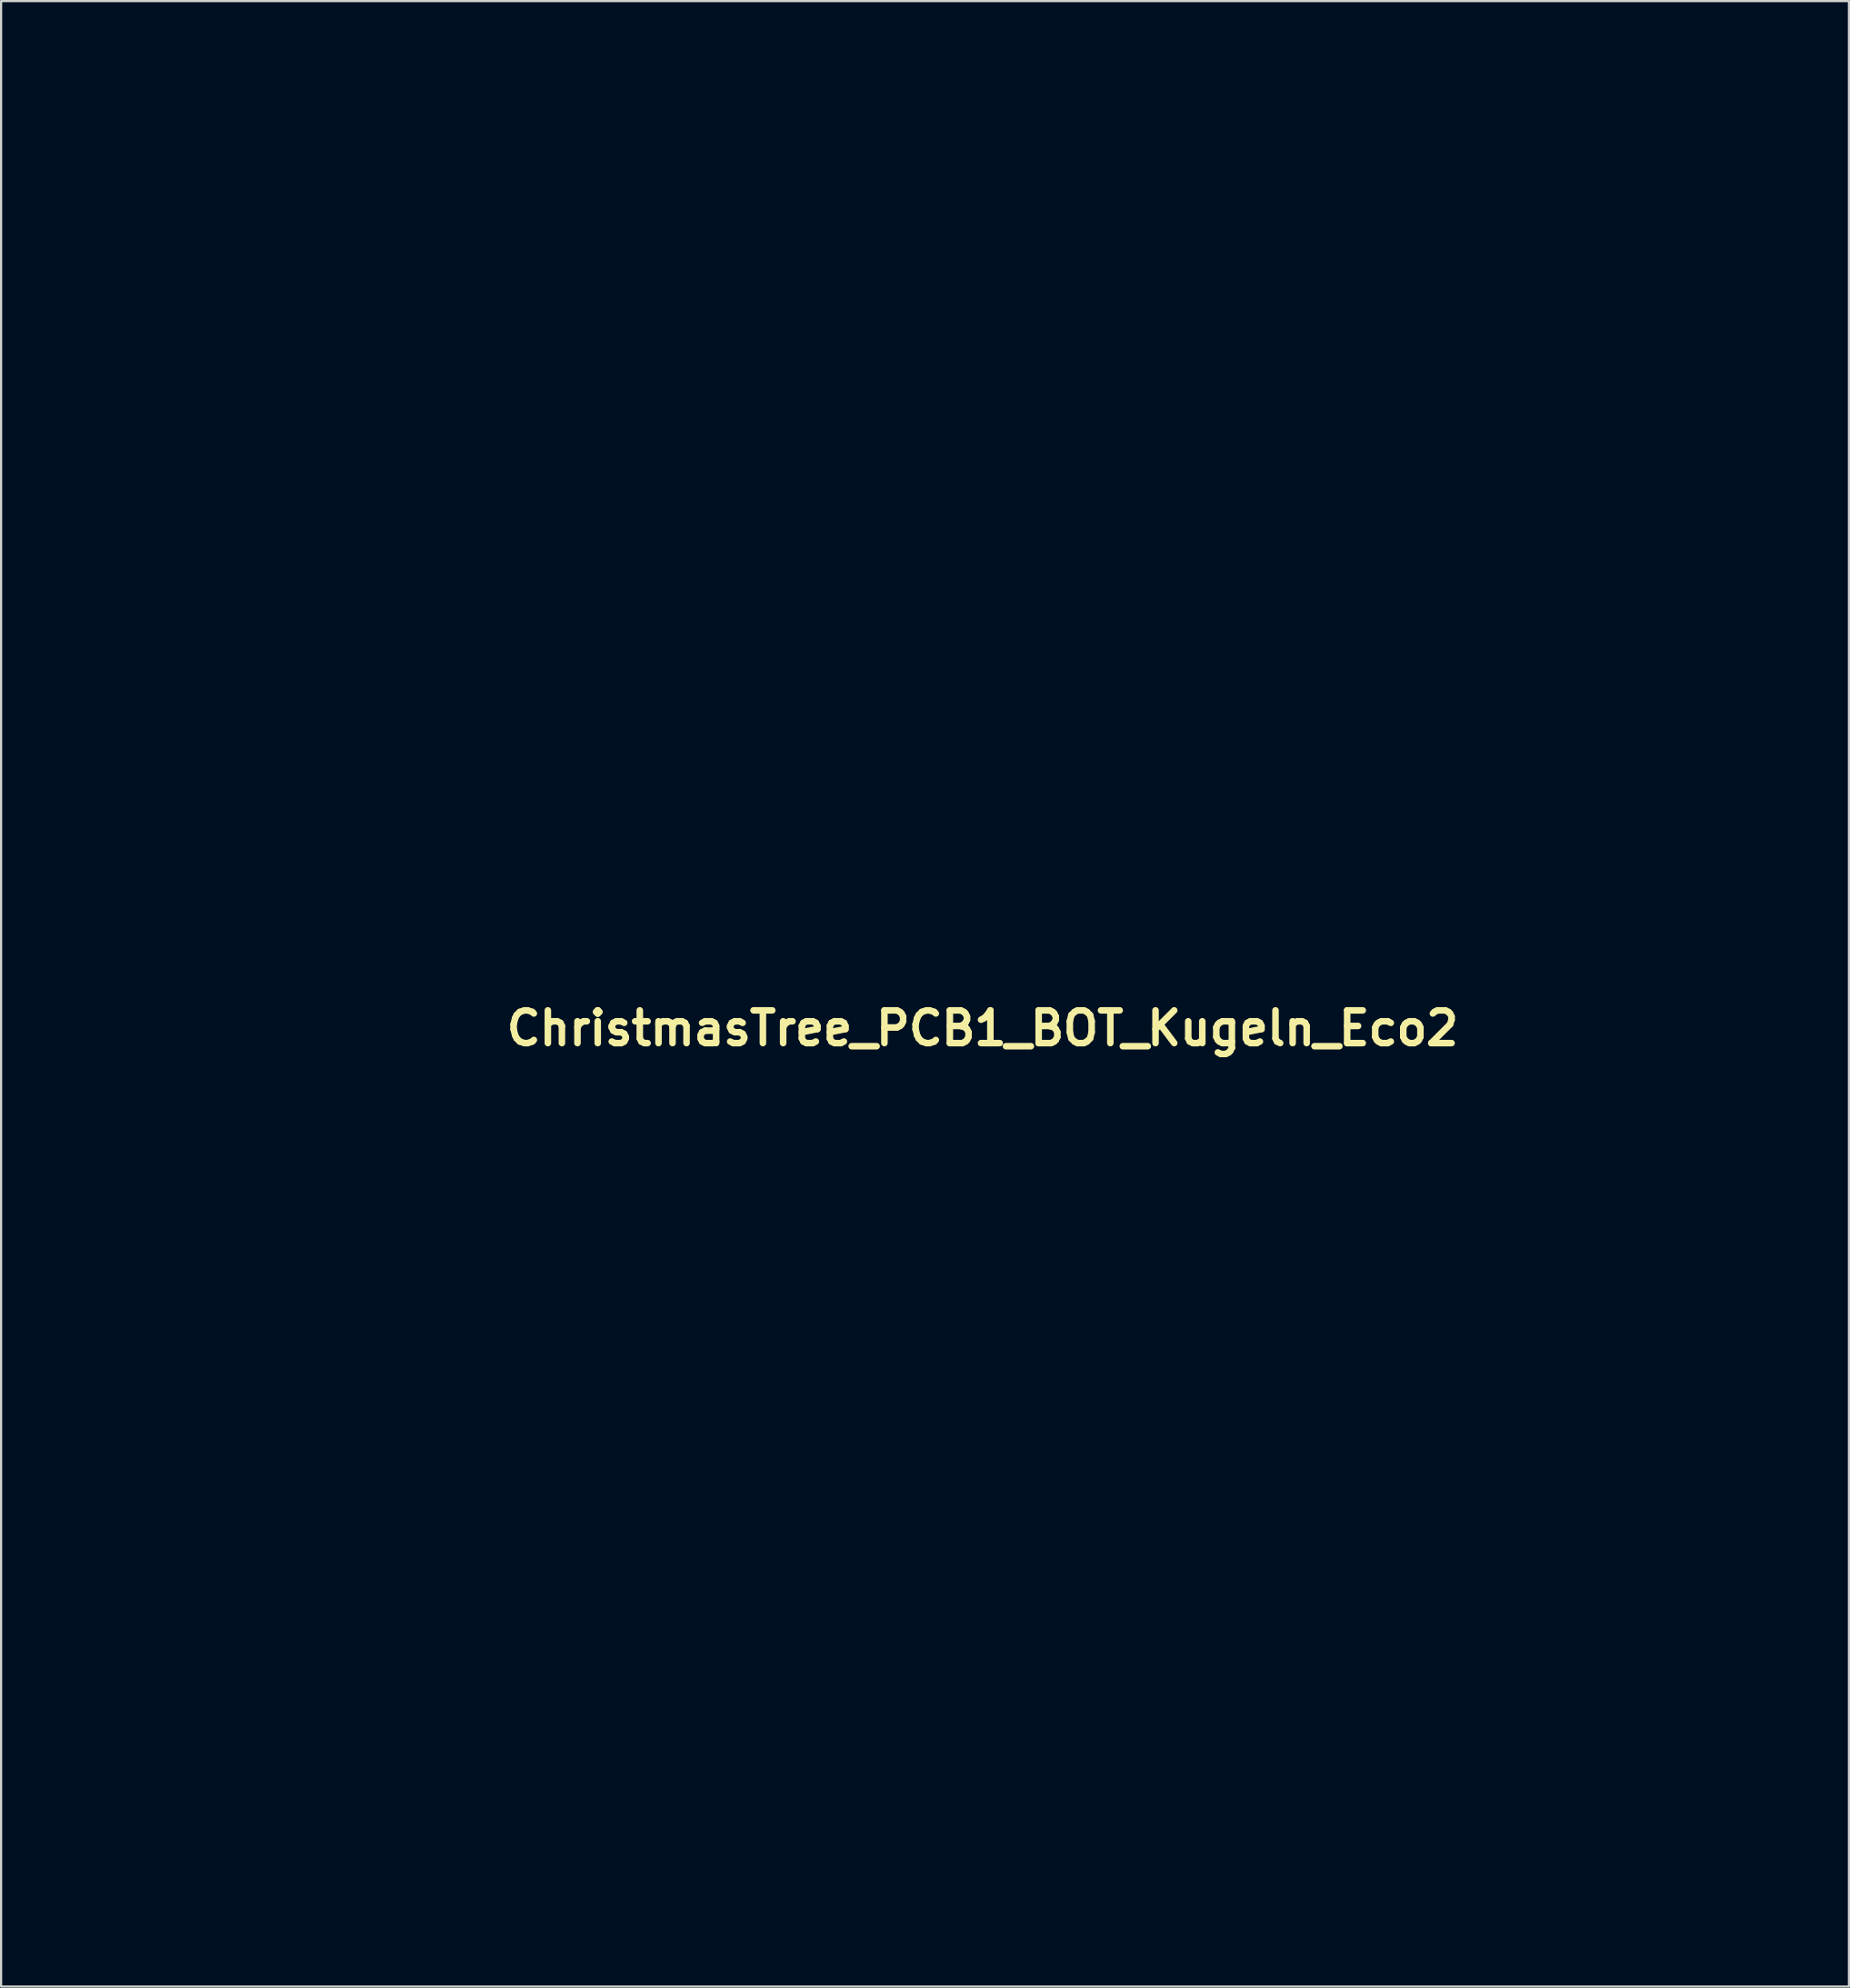
<source format=kicad_pcb>
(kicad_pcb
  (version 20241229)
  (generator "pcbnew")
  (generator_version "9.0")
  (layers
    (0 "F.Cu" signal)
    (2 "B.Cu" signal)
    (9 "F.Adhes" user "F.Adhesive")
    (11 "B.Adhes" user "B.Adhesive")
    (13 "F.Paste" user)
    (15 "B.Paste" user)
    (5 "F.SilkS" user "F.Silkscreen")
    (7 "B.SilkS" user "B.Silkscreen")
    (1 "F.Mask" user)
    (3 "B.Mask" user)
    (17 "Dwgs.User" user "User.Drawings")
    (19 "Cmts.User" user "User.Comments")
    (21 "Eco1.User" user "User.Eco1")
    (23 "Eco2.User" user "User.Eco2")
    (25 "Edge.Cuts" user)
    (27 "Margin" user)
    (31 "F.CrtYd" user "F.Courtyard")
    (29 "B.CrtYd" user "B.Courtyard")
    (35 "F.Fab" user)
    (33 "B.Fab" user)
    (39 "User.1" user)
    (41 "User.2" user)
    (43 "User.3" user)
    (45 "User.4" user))
  (footprint "ChristmasTree_PCB1_BOT_Kugeln_Eco2"
    (layer "F.Cu")
    (at 41.995 44.095)
    (property "Reference" "ChristmasTree_PCB1_BOT_Kugeln_Eco2" (at 0 0 0) (layer "F.SilkS") (effects (font (size 1.5 1.5) (thickness 0.3))))
    (attr board_only exclude_from_pos_files exclude_from_bom)
    (fp_poly (pts (xy -3.574 -34.483) (xy -3.44 -34.48) (xy -3.37 -34.477) (xy -2.97 -34.459) (xy -2.97 -34.357) (xy -2.97 -34.256) (xy -3.394 -34.256) (xy -3.818 -34.256) (xy -3.818 -34.36) (xy -3.812 -34.43) (xy -3.799 -34.474) (xy -3.794 -34.479) (xy -3.76 -34.483) (xy -3.684 -34.485)) (stroke (width 0) (type solid)) (fill yes) (layer "F.Mask"))
    (fp_poly (pts (xy -7.232 -38.625) (xy -7.092 -38.617) (xy -7.09 -38.233) (xy -7.09 -38.093) (xy -7.091 -37.972) (xy -7.094 -37.878) (xy -7.098 -37.824) (xy -7.099 -37.815) (xy -7.11 -37.796) (xy -7.133 -37.788) (xy -7.182 -37.789) (xy -7.269 -37.799) (xy -7.285 -37.801) (xy -7.371 -37.812) (xy -7.371 -38.222) (xy -7.371 -38.633)) (stroke (width 0) (type solid)) (fill yes) (layer "F.Mask"))
    (fp_poly (pts (xy 12.025 -6.457) (xy 12.204 -6.28) (xy 12.074 -6.147) (xy 11.953 -6.036) (xy 11.849 -5.968) (xy 11.753 -5.941) (xy 11.66 -5.951) (xy 11.639 -5.958) (xy 11.563 -6.005) (xy 11.505 -6.075) (xy 11.48 -6.148) (xy 11.48 -6.152) (xy 11.502 -6.23) (xy 11.561 -6.33) (xy 11.655 -6.445) (xy 11.74 -6.532) (xy 11.847 -6.634)) (stroke (width 0) (type solid)) (fill yes) (layer "F.Mask"))
    (fp_poly (pts (xy -10.799 -34.485) (xy -10.726 -34.482) (xy -10.682 -34.475) (xy -10.659 -34.463) (xy -10.648 -34.445) (xy -10.643 -34.427) (xy -10.63 -34.37) (xy -10.629 -34.329) (xy -10.647 -34.3) (xy -10.69 -34.282) (xy -10.765 -34.271) (xy -10.879 -34.265) (xy -11.038 -34.262) (xy -11.065 -34.261) (xy -11.483 -34.254) (xy -11.475 -34.368) (xy -11.467 -34.481) (xy -11.063 -34.485) (xy -10.908 -34.486)) (stroke (width 0) (type solid)) (fill yes) (layer "F.Mask"))
    (fp_poly (pts (xy 14.373 -10.276) (xy 14.419 -10.238) (xy 14.443 -10.163) (xy 14.45 -10.05) (xy 14.448 -9.983) (xy 14.437 -9.932) (xy 14.41 -9.883) (xy 14.36 -9.822) (xy 14.284 -9.742) (xy 14.118 -9.569) (xy 14.012 -9.683) (xy 13.94 -9.76) (xy 13.873 -9.834) (xy 13.842 -9.869) (xy 13.779 -9.941) (xy 13.882 -10.05) (xy 14.011 -10.165) (xy 14.139 -10.245) (xy 14.259 -10.284) (xy 14.299 -10.287)) (stroke (width 0) (type solid)) (fill yes) (layer "F.Mask"))
    (fp_poly (pts (xy 10.606 -7.853) (xy 10.678 -7.775) (xy 10.732 -7.709) (xy 10.762 -7.668) (xy 10.765 -7.66) (xy 10.746 -7.625) (xy 10.697 -7.569) (xy 10.63 -7.502) (xy 10.556 -7.435) (xy 10.487 -7.379) (xy 10.435 -7.345) (xy 10.429 -7.343) (xy 10.313 -7.319) (xy 10.216 -7.345) (xy 10.167 -7.383) (xy 10.122 -7.44) (xy 10.102 -7.492) (xy 10.102 -7.496) (xy 10.121 -7.576) (xy 10.173 -7.68) (xy 10.248 -7.793) (xy 10.327 -7.888) (xy 10.448 -8.02)) (stroke (width 0) (type solid)) (fill yes) (layer "F.Mask"))
    (fp_poly (pts (xy 15.064 -9.574) (xy 15.113 -9.507) (xy 15.137 -9.409) (xy 15.139 -9.369) (xy 15.134 -9.304) (xy 15.113 -9.245) (xy 15.07 -9.178) (xy 15.007 -9.099) (xy 14.938 -9.021) (xy 14.877 -8.96) (xy 14.835 -8.926) (xy 14.831 -8.924) (xy 14.792 -8.93) (xy 14.731 -8.972) (xy 14.643 -9.052) (xy 14.614 -9.08) (xy 14.442 -9.252) (xy 14.559 -9.358) (xy 14.658 -9.438) (xy 14.769 -9.509) (xy 14.877 -9.564) (xy 14.966 -9.594) (xy 14.997 -9.598)) (stroke (width 0) (type solid)) (fill yes) (layer "F.Mask"))
    (fp_poly (pts (xy -10.125 -37.419) (xy -10.072 -37.37) (xy -9.998 -37.3) (xy -9.912 -37.214) (xy -9.822 -37.123) (xy -9.735 -37.033) (xy -9.659 -36.953) (xy -9.603 -36.89) (xy -9.574 -36.854) (xy -9.571 -36.849) (xy -9.591 -36.812) (xy -9.635 -36.766) (xy -9.683 -36.73) (xy -9.708 -36.721) (xy -9.737 -36.739) (xy -9.796 -36.788) (xy -9.877 -36.862) (xy -9.974 -36.954) (xy -10.031 -37.01) (xy -10.323 -37.299) (xy -10.246 -37.367) (xy -10.192 -37.411) (xy -10.154 -37.435) (xy -10.15 -37.436)) (stroke (width 0) (type solid)) (fill yes) (layer "F.Mask"))
    (fp_poly (pts (xy 9.791 -8.679) (xy 9.846 -8.635) (xy 9.919 -8.569) (xy 9.962 -8.526) (xy 10.138 -8.351) (xy 10.034 -8.242) (xy 9.932 -8.153) (xy 9.823 -8.083) (xy 9.714 -8.035) (xy 9.616 -8.014) (xy 9.539 -8.021) (xy 9.492 -8.059) (xy 9.471 -8.118) (xy 9.453 -8.201) (xy 9.449 -8.228) (xy 9.443 -8.287) (xy 9.448 -8.332) (xy 9.47 -8.378) (xy 9.517 -8.437) (xy 9.587 -8.514) (xy 9.659 -8.592) (xy 9.719 -8.653) (xy 9.757 -8.688) (xy 9.764 -8.693)) (stroke (width 0) (type solid)) (fill yes) (layer "F.Mask"))
    (fp_poly (pts (xy 11.156 -7.3) (xy 11.212 -7.253) (xy 11.28 -7.188) (xy 11.349 -7.115) (xy 11.41 -7.044) (xy 11.454 -6.986) (xy 11.469 -6.951) (xy 11.468 -6.949) (xy 11.44 -6.918) (xy 11.382 -6.865) (xy 11.306 -6.799) (xy 11.291 -6.787) (xy 11.163 -6.697) (xy 11.051 -6.655) (xy 10.95 -6.66) (xy 10.876 -6.696) (xy 10.828 -6.756) (xy 10.823 -6.84) (xy 10.86 -6.951) (xy 10.874 -6.981) (xy 10.929 -7.079) (xy 10.989 -7.173) (xy 11.047 -7.251) (xy 11.095 -7.303) (xy 11.121 -7.318)) (stroke (width 0) (type solid)) (fill yes) (layer "F.Mask"))
    (fp_poly (pts (xy 12.961 -11.645) (xy 12.977 -11.64) (xy 13.061 -11.591) (xy 13.1 -11.518) (xy 13.094 -11.424) (xy 13.046 -11.312) (xy 12.954 -11.186) (xy 12.908 -11.135) (xy 12.833 -11.057) (xy 12.779 -11.012) (xy 12.733 -11.002) (xy 12.683 -11.025) (xy 12.616 -11.083) (xy 12.55 -11.147) (xy 12.465 -11.23) (xy 12.416 -11.285) (xy 12.397 -11.32) (xy 12.403 -11.341) (xy 12.411 -11.347) (xy 12.453 -11.377) (xy 12.52 -11.429) (xy 12.583 -11.479) (xy 12.704 -11.573) (xy 12.802 -11.629) (xy 12.884 -11.652)) (stroke (width 0) (type solid)) (fill yes) (layer "F.Mask"))
    (fp_poly (pts (xy 12.54 -5.919) (xy 12.59 -5.876) (xy 12.654 -5.814) (xy 12.723 -5.744) (xy 12.784 -5.677) (xy 12.829 -5.623) (xy 12.841 -5.605) (xy 12.845 -5.574) (xy 12.824 -5.533) (xy 12.771 -5.473) (xy 12.703 -5.405) (xy 12.602 -5.316) (xy 12.52 -5.265) (xy 12.446 -5.25) (xy 12.367 -5.268) (xy 12.304 -5.296) (xy 12.219 -5.35) (xy 12.18 -5.405) (xy 12.185 -5.476) (xy 12.214 -5.549) (xy 12.253 -5.616) (xy 12.31 -5.699) (xy 12.375 -5.785) (xy 12.438 -5.862) (xy 12.49 -5.915) (xy 12.514 -5.933)) (stroke (width 0) (type solid)) (fill yes) (layer "F.Mask"))
    (fp_poly (pts (xy 13.629 -10.963) (xy 13.663 -10.952) (xy 13.737 -10.9) (xy 13.769 -10.817) (xy 13.758 -10.71) (xy 13.75 -10.684) (xy 13.719 -10.617) (xy 13.668 -10.535) (xy 13.607 -10.448) (xy 13.546 -10.37) (xy 13.492 -10.313) (xy 13.456 -10.289) (xy 13.455 -10.289) (xy 13.424 -10.306) (xy 13.369 -10.353) (xy 13.301 -10.419) (xy 13.294 -10.426) (xy 13.204 -10.52) (xy 13.148 -10.585) (xy 13.126 -10.633) (xy 13.137 -10.674) (xy 13.181 -10.72) (xy 13.256 -10.782) (xy 13.277 -10.799) (xy 13.394 -10.889) (xy 13.485 -10.943) (xy 13.56 -10.967)) (stroke (width 0) (type solid)) (fill yes) (layer "F.Mask"))
    (fp_poly (pts (xy -4.246 -37.425) (xy -4.194 -37.387) (xy -4.174 -37.353) (xy -4.174 -37.324) (xy -4.192 -37.285) (xy -4.234 -37.23) (xy -4.305 -37.152) (xy -4.408 -37.046) (xy -4.431 -37.023) (xy -4.531 -36.925) (xy -4.621 -36.843) (xy -4.693 -36.783) (xy -4.739 -36.751) (xy -4.749 -36.748) (xy -4.793 -36.768) (xy -4.838 -36.817) (xy -4.866 -36.865) (xy -4.864 -36.898) (xy -4.829 -36.938) (xy -4.808 -36.958) (xy -4.758 -37.006) (xy -4.681 -37.079) (xy -4.588 -37.167) (xy -4.516 -37.236) (xy -4.415 -37.33) (xy -4.342 -37.389) (xy -4.292 -37.42) (xy -4.255 -37.427)) (stroke (width 0) (type solid)) (fill yes) (layer "F.Mask"))
    (fp_poly (pts (xy 15.721 -8.938) (xy 15.761 -8.879) (xy 15.799 -8.8) (xy 15.83 -8.715) (xy 15.846 -8.642) (xy 15.844 -8.605) (xy 15.82 -8.555) (xy 15.772 -8.484) (xy 15.708 -8.403) (xy 15.639 -8.321) (xy 15.574 -8.252) (xy 15.522 -8.206) (xy 15.497 -8.193) (xy 15.46 -8.213) (xy 15.418 -8.262) (xy 15.417 -8.263) (xy 15.373 -8.323) (xy 15.309 -8.4) (xy 15.264 -8.45) (xy 15.218 -8.499) (xy 15.19 -8.535) (xy 15.182 -8.566) (xy 15.2 -8.601) (xy 15.247 -8.646) (xy 15.326 -8.71) (xy 15.441 -8.799) (xy 15.534 -8.868) (xy 15.613 -8.923) (xy 15.669 -8.955) (xy 15.688 -8.962)) (stroke (width 0) (type solid)) (fill yes) (layer "F.Mask"))
    (fp_poly (pts (xy -7.278 -36.629) (xy -7.247 -36.604) (xy -7.238 -36.554) (xy -7.238 -36.552) (xy -7.246 -36.5) (xy -7.274 -36.453) (xy -7.33 -36.404) (xy -7.421 -36.345) (xy -7.503 -36.298) (xy -7.675 -36.196) (xy -7.805 -36.103) (xy -7.902 -36.009) (xy -7.974 -35.906) (xy -8.03 -35.783) (xy -8.059 -35.696) (xy -8.087 -35.611) (xy -8.112 -35.564) (xy -8.145 -35.543) (xy -8.199 -35.535) (xy -8.216 -35.533) (xy -8.298 -35.535) (xy -8.337 -35.557) (xy -8.341 -35.564) (xy -8.344 -35.61) (xy -8.338 -35.688) (xy -8.328 -35.752) (xy -8.261 -35.976) (xy -8.149 -36.174) (xy -7.998 -36.343) (xy -7.811 -36.478) (xy -7.592 -36.575) (xy -7.444 -36.614) (xy -7.34 -36.631)) (stroke (width 0) (type solid)) (fill yes) (layer "F.Mask"))
    (fp_poly (pts (xy -36.251 30.663) (xy -36.2 30.668) (xy -36.103 30.673) (xy -35.969 30.678) (xy -35.803 30.684) (xy -35.614 30.688) (xy -35.41 30.692) (xy -35.326 30.694) (xy -34.502 30.706) (xy -34.485 30.907) (xy -34.473 31.068) (xy -34.469 31.182) (xy -34.472 31.258) (xy -34.485 31.302) (xy -34.505 31.321) (xy -34.54 31.325) (xy -34.621 31.328) (xy -34.741 31.332) (xy -34.893 31.334) (xy -35.07 31.336) (xy -35.264 31.338) (xy -35.303 31.338) (xy -35.515 31.339) (xy -35.704 31.343) (xy -35.864 31.347) (xy -35.99 31.353) (xy -36.075 31.359) (xy -36.113 31.366) (xy -36.172 31.384) (xy -36.25 31.392) (xy -36.256 31.392) (xy -36.35 31.392) (xy -36.35 31.018) (xy -36.35 30.644)) (stroke (width 0) (type solid)) (fill yes) (layer "F.Mask"))
    (fp_poly (pts (xy 11.923 -11.542) (xy 11.978 -11.488) (xy 12.066 -11.402) (xy 12.184 -11.286) (xy 12.329 -11.142) (xy 12.5 -10.974) (xy 12.692 -10.782) (xy 12.905 -10.571) (xy 13.135 -10.342) (xy 13.38 -10.097) (xy 13.637 -9.841) (xy 13.834 -9.644) (xy 15.75 -7.727) (xy 15.146 -7.118) (xy 14.96 -6.931) (xy 14.751 -6.721) (xy 14.531 -6.5) (xy 14.312 -6.282) (xy 14.108 -6.078) (xy 13.954 -5.924) (xy 13.365 -5.339) (xy 11.442 -7.264) (xy 9.52 -9.188) (xy 9.924 -9.592) (xy 10.045 -9.711) (xy 10.156 -9.816) (xy 10.25 -9.902) (xy 10.321 -9.963) (xy 10.364 -9.993) (xy 10.371 -9.996) (xy 10.422 -9.986) (xy 10.494 -9.962) (xy 10.509 -9.956) (xy 10.596 -9.931) (xy 10.699 -9.917) (xy 10.733 -9.916) (xy 10.87 -9.941) (xy 10.991 -10.009) (xy 11.089 -10.11) (xy 11.155 -10.236) (xy 11.183 -10.378) (xy 11.18 -10.447) (xy 11.162 -10.54) (xy 11.134 -10.62) (xy 11.121 -10.643) (xy 11.093 -10.699) (xy 11.087 -10.737) (xy 11.107 -10.763) (xy 11.159 -10.819) (xy 11.234 -10.899) (xy 11.327 -10.995) (xy 11.43 -11.1) (xy 11.537 -11.208) (xy 11.642 -11.313) (xy 11.737 -11.407) (xy 11.816 -11.484) (xy 11.873 -11.537) (xy 11.901 -11.56) (xy 11.902 -11.56)) (stroke (width 0) (type solid)) (fill yes) (layer "F.Mask"))
    (fp_poly (pts (xy 29.879 18.163) (xy 29.977 18.27) (xy 30.69 18.269) (xy 30.88 18.267) (xy 31.053 18.265) (xy 31.201 18.261) (xy 31.317 18.256) (xy 31.395 18.25) (xy 31.427 18.243) (xy 31.427 18.243) (xy 31.457 18.202) (xy 31.482 18.159) (xy 31.53 18.104) (xy 31.578 18.079) (xy 31.615 18.076) (xy 31.701 18.073) (xy 31.831 18.07) (xy 31.999 18.067) (xy 32.202 18.065) (xy 32.434 18.062) (xy 32.69 18.061) (xy 32.967 18.059) (xy 33.259 18.058) (xy 33.309 18.058) (xy 33.656 18.058) (xy 33.955 18.058) (xy 34.207 18.059) (xy 34.417 18.06) (xy 34.588 18.062) (xy 34.723 18.065) (xy 34.826 18.068) (xy 34.9 18.073) (xy 34.95 18.078) (xy 34.977 18.084) (xy 34.987 18.091) (xy 34.985 18.144) (xy 34.957 18.223) (xy 34.911 18.312) (xy 34.855 18.395) (xy 34.814 18.44) (xy 34.729 18.52) (xy 30.692 18.527) (xy 26.654 18.533) (xy 26.583 18.477) (xy 26.529 18.422) (xy 26.469 18.34) (xy 26.414 18.249) (xy 26.372 18.165) (xy 26.355 18.104) (xy 26.355 18.102) (xy 26.357 18.093) (xy 26.367 18.085) (xy 26.387 18.078) (xy 26.423 18.072) (xy 26.477 18.068) (xy 26.553 18.064) (xy 26.656 18.061) (xy 26.789 18.059) (xy 26.955 18.058) (xy 27.159 18.057) (xy 27.404 18.056) (xy 27.695 18.056) (xy 28.034 18.056) (xy 28.068 18.056) (xy 29.781 18.056)) (stroke (width 0) (type solid)) (fill yes) (layer "F.Mask"))
    (fp_poly (pts (xy 32.091 13.071) (xy 32.462 13.072) (xy 32.79 13.072) (xy 33.079 13.073) (xy 33.332 13.075) (xy 33.549 13.077) (xy 33.736 13.08) (xy 33.893 13.083) (xy 34.025 13.088) (xy 34.132 13.093) (xy 34.219 13.1) (xy 34.288 13.108) (xy 34.341 13.117) (xy 34.382 13.128) (xy 34.412 13.14) (xy 34.435 13.154) (xy 34.453 13.17) (xy 34.469 13.187) (xy 34.486 13.206) (xy 34.494 13.216) (xy 34.56 13.288) (xy 34.56 15.599) (xy 34.56 17.91) (xy 30.669 17.917) (xy 26.778 17.923) (xy 26.781 16.864) (xy 27.08 16.864) (xy 27.081 17.072) (xy 27.082 17.249) (xy 27.083 17.391) (xy 27.086 17.492) (xy 27.089 17.547) (xy 27.089 17.549) (xy 27.104 17.658) (xy 29.334 17.665) (xy 29.806 17.666) (xy 30.27 17.667) (xy 30.722 17.667) (xy 31.16 17.667) (xy 31.581 17.667) (xy 31.982 17.667) (xy 32.36 17.666) (xy 32.711 17.664) (xy 33.033 17.663) (xy 33.324 17.661) (xy 33.579 17.659) (xy 33.796 17.657) (xy 33.972 17.654) (xy 34.103 17.651) (xy 34.188 17.648) (xy 34.222 17.645) (xy 34.229 17.633) (xy 34.234 17.598) (xy 34.239 17.539) (xy 34.243 17.452) (xy 34.246 17.334) (xy 34.249 17.183) (xy 34.251 16.995) (xy 34.253 16.768) (xy 34.254 16.499) (xy 34.255 16.185) (xy 34.255 15.823) (xy 34.256 15.499) (xy 34.256 13.365) (xy 34.169 13.349) (xy 34.127 13.347) (xy 34.037 13.344) (xy 33.903 13.342) (xy 33.727 13.34) (xy 33.515 13.339) (xy 33.269 13.338) (xy 32.994 13.338) (xy 32.694 13.337) (xy 32.372 13.337) (xy 32.031 13.338) (xy 31.677 13.338) (xy 31.311 13.339) (xy 30.94 13.34) (xy 30.565 13.341) (xy 30.191 13.343) (xy 29.822 13.345) (xy 29.461 13.347) (xy 29.112 13.349) (xy 28.78 13.351) (xy 28.467 13.354) (xy 28.177 13.356) (xy 27.915 13.359) (xy 27.684 13.362) (xy 27.488 13.365) (xy 27.33 13.367) (xy 27.215 13.371) (xy 27.146 13.374) (xy 27.127 13.376) (xy 27.123 13.406) (xy 27.119 13.484) (xy 27.115 13.605) (xy 27.111 13.764) (xy 27.107 13.957) (xy 27.103 14.178) (xy 27.099 14.422) (xy 27.096 14.685) (xy 27.093 14.961) (xy 27.09 15.247) (xy 27.087 15.536) (xy 27.085 15.823) (xy 27.083 16.105) (xy 27.082 16.376) (xy 27.081 16.63) (xy 27.08 16.864) (xy 26.781 16.864) (xy 26.785 15.605) (xy 26.792 13.287) (xy 26.87 13.205) (xy 26.944 13.145) (xy 27.028 13.102) (xy 27.042 13.098) (xy 27.084 13.094) (xy 27.177 13.09) (xy 27.321 13.087) (xy 27.514 13.083) (xy 27.756 13.081) (xy 28.044 13.078) (xy 28.379 13.076) (xy 28.758 13.075) (xy 29.181 13.073) (xy 29.647 13.072) (xy 30.153 13.072) (xy 30.697 13.071) (xy 31.211 13.071) (xy 31.675 13.071)) (stroke (width 0) (type solid)) (fill yes) (layer "F.Mask"))
    (fp_poly (pts (xy -7.083 -37.061) (xy -6.924 -37.046) (xy -6.907 -37.043) (xy -6.674 -36.974) (xy -6.447 -36.86) (xy -6.234 -36.706) (xy -6.044 -36.519) (xy -5.885 -36.306) (xy -5.817 -36.185) (xy -5.786 -36.124) (xy -5.761 -36.065) (xy -5.739 -36.005) (xy -5.722 -35.938) (xy -5.708 -35.859) (xy -5.697 -35.764) (xy -5.689 -35.647) (xy -5.682 -35.504) (xy -5.678 -35.329) (xy -5.675 -35.117) (xy -5.673 -34.864) (xy -5.671 -34.565) (xy -5.671 -34.455) (xy -5.669 -34.196) (xy -5.668 -33.953) (xy -5.665 -33.731) (xy -5.663 -33.536) (xy -5.66 -33.372) (xy -5.657 -33.245) (xy -5.653 -33.159) (xy -5.65 -33.121) (xy -5.65 -33.12) (xy -5.618 -33.095) (xy -5.555 -33.059) (xy -5.511 -33.037) (xy -5.382 -32.955) (xy -5.294 -32.844) (xy -5.243 -32.701) (xy -5.228 -32.574) (xy -5.229 -32.396) (xy -5.257 -32.256) (xy -5.312 -32.146) (xy -5.363 -32.088) (xy -5.421 -32.041) (xy -5.493 -32.005) (xy -5.585 -31.979) (xy -5.704 -31.963) (xy -5.859 -31.953) (xy -6.058 -31.949) (xy -6.128 -31.949) (xy -6.522 -31.949) (xy -6.529 -31.028) (xy -6.53 -30.78) (xy -6.532 -30.579) (xy -6.534 -30.422) (xy -6.539 -30.303) (xy -6.546 -30.217) (xy -6.556 -30.158) (xy -6.571 -30.123) (xy -6.592 -30.106) (xy -6.62 -30.101) (xy -6.654 -30.105) (xy -6.698 -30.111) (xy -6.701 -30.112) (xy -6.787 -30.123) (xy -6.793 -30.685) (xy -6.795 -30.87) (xy -6.797 -31.055) (xy -6.799 -31.227) (xy -6.8 -31.372) (xy -6.801 -31.478) (xy -6.802 -31.485) (xy -6.803 -31.607) (xy -6.806 -31.723) (xy -6.808 -31.812) (xy -6.809 -31.831) (xy -6.814 -31.938) (xy -7.019 -31.935) (xy -7.154 -31.933) (xy -7.308 -31.931) (xy -7.444 -31.928) (xy -7.662 -31.922) (xy -7.662 -31.299) (xy -7.662 -30.676) (xy -7.795 -30.676) (xy -7.928 -30.676) (xy -7.928 -31.31) (xy -7.928 -31.944) (xy -8.425 -31.953) (xy -8.626 -31.958) (xy -8.781 -31.966) (xy -8.899 -31.98) (xy -8.985 -32.002) (xy -9.049 -32.033) (xy -9.096 -32.076) (xy -9.135 -32.134) (xy -9.152 -32.165) (xy -9.18 -32.252) (xy -9.198 -32.374) (xy -9.205 -32.512) (xy -9.2 -32.628) (xy -8.94 -32.628) (xy -8.938 -32.579) (xy -8.935 -32.522) (xy -8.935 -32.501) (xy -8.932 -32.383) (xy -8.922 -32.308) (xy -8.902 -32.264) (xy -8.868 -32.24) (xy -8.856 -32.235) (xy -8.821 -32.232) (xy -8.739 -32.23) (xy -8.616 -32.229) (xy -8.457 -32.228) (xy -8.268 -32.228) (xy -8.054 -32.229) (xy -7.821 -32.23) (xy -7.575 -32.231) (xy -7.321 -32.233) (xy -7.064 -32.236) (xy -6.81 -32.238) (xy -6.565 -32.241) (xy -6.335 -32.245) (xy -6.124 -32.248) (xy -5.938 -32.252) (xy -5.784 -32.255) (xy -5.665 -32.259) (xy -5.589 -32.262) (xy -5.56 -32.266) (xy -5.551 -32.299) (xy -5.542 -32.372) (xy -5.537 -32.472) (xy -5.536 -32.517) (xy -5.537 -32.64) (xy -5.544 -32.718) (xy -5.559 -32.761) (xy -5.57 -32.773) (xy -5.603 -32.777) (xy -5.684 -32.781) (xy -5.81 -32.785) (xy -5.975 -32.788) (xy -6.175 -32.791) (xy -6.407 -32.793) (xy -6.665 -32.795) (xy -6.944 -32.796) (xy -7.242 -32.797) (xy -7.244 -32.797) (xy -7.587 -32.797) (xy -7.88 -32.798) (xy -8.128 -32.798) (xy -8.335 -32.797) (xy -8.503 -32.794) (xy -8.638 -32.789) (xy -8.742 -32.781) (xy -8.819 -32.768) (xy -8.874 -32.752) (xy -8.91 -32.73) (xy -8.93 -32.703) (xy -8.939 -32.669) (xy -8.94 -32.628) (xy -9.2 -32.628) (xy -9.2 -32.65) (xy -9.183 -32.768) (xy -9.165 -32.831) (xy -9.104 -32.924) (xy -9.008 -33.012) (xy -8.897 -33.078) (xy -8.878 -33.085) (xy -8.874 -33.087) (xy -8.511 -33.087) (xy -8.226 -33.095) (xy -7.941 -33.102) (xy -7.928 -33.712) (xy -7.926 -33.78) (xy -7.645 -33.78) (xy -7.644 -33.599) (xy -7.642 -33.45) (xy -7.64 -33.317) (xy -7.639 -33.212) (xy -7.638 -33.143) (xy -7.637 -33.122) (xy -7.622 -33.107) (xy -7.573 -33.097) (xy -7.484 -33.091) (xy -7.35 -33.089) (xy -7.308 -33.089) (xy -7.173 -33.09) (xy -7.05 -33.094) (xy -6.953 -33.099) (xy -6.897 -33.106) (xy -6.814 -33.122) (xy -6.814 -33.594) (xy -6.815 -33.774) (xy -6.82 -33.917) (xy -6.827 -34.019) (xy -6.836 -34.075) (xy -6.841 -34.084) (xy -6.891 -34.088) (xy -6.967 -34.066) (xy -7.053 -34.025) (xy -7.133 -33.971) (xy -7.144 -33.961) (xy -7.254 -33.875) (xy -7.34 -33.831) (xy -7.41 -33.831) (xy -7.472 -33.874) (xy -7.526 -33.95) (xy -7.567 -34.013) (xy -7.597 -34.045) (xy -7.62 -34.04) (xy -7.634 -33.997) (xy -7.642 -33.912) (xy -7.645 -33.78) (xy -7.926 -33.78) (xy -7.914 -34.321) (xy -7.835 -34.338) (xy -7.762 -34.349) (xy -7.664 -34.356) (xy -7.604 -34.358) (xy -7.517 -34.358) (xy -7.465 -34.348) (xy -7.432 -34.321) (xy -7.406 -34.282) (xy -7.37 -34.229) (xy -7.342 -34.203) (xy -7.339 -34.203) (xy -7.309 -34.219) (xy -7.256 -34.259) (xy -7.229 -34.282) (xy -7.186 -34.318) (xy -7.147 -34.341) (xy -7.098 -34.354) (xy -7.027 -34.36) (xy -6.922 -34.362) (xy -6.86 -34.362) (xy -6.718 -34.359) (xy -6.622 -34.351) (xy -6.568 -34.337) (xy -6.553 -34.326) (xy -6.542 -34.286) (xy -6.532 -34.195) (xy -6.525 -34.055) (xy -6.519 -33.868) (xy -6.516 -33.697) (xy -6.509 -33.102) (xy -6.237 -33.095) (xy -5.966 -33.087) (xy -5.966 -34.382) (xy -5.966 -34.697) (xy -5.966 -34.964) (xy -5.968 -35.188) (xy -5.972 -35.375) (xy -5.977 -35.528) (xy -5.985 -35.654) (xy -5.995 -35.757) (xy -6.01 -35.842) (xy -6.028 -35.914) (xy -6.05 -35.979) (xy -6.077 -36.041) (xy -6.11 -36.105) (xy -6.129 -36.142) (xy -6.262 -36.338) (xy -6.43 -36.5) (xy -6.626 -36.626) (xy -6.842 -36.715) (xy -7.072 -36.764) (xy -7.308 -36.772) (xy -7.544 -36.737) (xy -7.773 -36.659) (xy -7.951 -36.56) (xy -8.049 -36.487) (xy -8.143 -36.404) (xy -8.206 -36.339) (xy -8.308 -36.187) (xy -8.395 -36.004) (xy -8.459 -35.813) (xy -8.484 -35.694) (xy -8.489 -35.631) (xy -8.494 -35.52) (xy -8.499 -35.369) (xy -8.503 -35.185) (xy -8.506 -34.972) (xy -8.508 -34.738) (xy -8.51 -34.489) (xy -8.51 -34.301) (xy -8.511 -33.087) (xy -8.874 -33.087) (xy -8.808 -33.112) (xy -8.795 -34.433) (xy -8.791 -34.741) (xy -8.786 -35.021) (xy -8.781 -35.269) (xy -8.775 -35.481) (xy -8.769 -35.654) (xy -8.762 -35.783) (xy -8.755 -35.865) (xy -8.752 -35.886) (xy -8.7 -36.05) (xy -8.618 -36.227) (xy -8.515 -36.399) (xy -8.406 -36.541) (xy -8.249 -36.69) (xy -8.06 -36.828) (xy -7.862 -36.94) (xy -7.755 -36.986) (xy -7.619 -37.023) (xy -7.449 -37.048) (xy -7.264 -37.062)) (stroke (width 0) (type solid)) (fill yes) (layer "F.Mask"))
    (fp_poly (pts (xy -36.462 32.031) (xy -36.454 32.153) (xy -36.093 32.17) (xy -35.916 32.177) (xy -35.716 32.183) (xy -35.521 32.187) (xy -35.385 32.188) (xy -35.239 32.189) (xy -35.099 32.193) (xy -34.98 32.198) (xy -34.898 32.205) (xy -34.897 32.205) (xy -34.757 32.222) (xy -34.765 32.503) (xy -34.773 32.784) (xy -35.614 32.782) (xy -36.456 32.78) (xy -36.456 32.996) (xy -36.456 33.213) (xy -35.787 33.245) (xy -35.593 33.254) (xy -35.406 33.263) (xy -35.237 33.27) (xy -35.095 33.276) (xy -34.99 33.281) (xy -34.945 33.282) (xy -34.773 33.288) (xy -34.773 33.566) (xy -34.773 33.845) (xy -35.614 33.852) (xy -36.456 33.859) (xy -36.456 34.085) (xy -36.456 34.312) (xy -36.277 34.312) (xy -36.2 34.312) (xy -36.08 34.314) (xy -35.926 34.317) (xy -35.749 34.322) (xy -35.559 34.326) (xy -35.435 34.33) (xy -34.773 34.348) (xy -34.765 34.611) (xy -34.764 34.747) (xy -34.77 34.845) (xy -34.782 34.898) (xy -34.786 34.903) (xy -34.821 34.912) (xy -34.905 34.92) (xy -35.04 34.926) (xy -35.225 34.93) (xy -35.462 34.932) (xy -35.629 34.933) (xy -36.443 34.934) (xy -36.451 35.153) (xy -36.458 35.372) (xy -36.252 35.37) (xy -36.165 35.371) (xy -36.036 35.373) (xy -35.875 35.376) (xy -35.694 35.381) (xy -35.502 35.386) (xy -35.409 35.389) (xy -34.773 35.409) (xy -34.773 35.701) (xy -34.773 35.992) (xy -35.608 36.005) (xy -36.443 36.019) (xy -36.451 36.297) (xy -36.453 36.423) (xy -36.451 36.538) (xy -36.447 36.627) (xy -36.443 36.662) (xy -36.427 36.748) (xy -36.223 36.748) (xy -36.039 36.736) (xy -35.841 36.702) (xy -35.651 36.653) (xy -35.485 36.591) (xy -35.432 36.565) (xy -35.294 36.49) (xy -35.202 36.583) (xy -35.109 36.676) (xy -34.91 36.513) (xy -34.734 36.355) (xy -34.592 36.194) (xy -34.472 36.013) (xy -34.369 35.812) (xy -34.335 35.735) (xy -34.305 35.656) (xy -34.278 35.57) (xy -34.253 35.468) (xy -34.227 35.345) (xy -34.201 35.195) (xy -34.171 35.009) (xy -34.137 34.783) (xy -34.109 34.587) (xy -34.019 33.969) (xy -33.935 33.398) (xy -33.856 32.869) (xy -33.841 32.775) (xy -33.828 32.716) (xy -33.803 32.697) (xy -33.77 32.704) (xy -33.714 32.715) (xy -33.625 32.727) (xy -33.533 32.736) (xy -33.412 32.753) (xy -33.339 32.779) (xy -33.312 32.818) (xy -33.325 32.871) (xy -33.326 32.873) (xy -33.356 32.965) (xy -33.336 33.039) (xy -33.267 33.094) (xy -33.261 33.097) (xy -33.201 33.132) (xy -33.174 33.173) (xy -33.168 33.244) (xy -33.168 33.249) (xy -33.185 33.339) (xy -33.229 33.419) (xy -33.289 33.472) (xy -33.338 33.487) (xy -33.393 33.508) (xy -33.441 33.557) (xy -33.46 33.608) (xy -33.439 33.643) (xy -33.386 33.69) (xy -33.351 33.714) (xy -33.286 33.758) (xy -33.257 33.794) (xy -33.253 33.842) (xy -33.259 33.892) (xy -33.278 33.976) (xy -33.308 34.033) (xy -33.363 34.077) (xy -33.45 34.122) (xy -33.533 34.174) (xy -33.563 34.227) (xy -33.541 34.281) (xy -33.465 34.337) (xy -33.447 34.347) (xy -33.38 34.387) (xy -33.351 34.424) (xy -33.348 34.475) (xy -33.349 34.481) (xy -33.375 34.607) (xy -33.423 34.689) (xy -33.483 34.721) (xy -33.542 34.736) (xy -33.584 34.757) (xy -33.614 34.793) (xy -33.636 34.854) (xy -33.654 34.948) (xy -33.674 35.085) (xy -33.677 35.107) (xy -33.713 35.344) (xy -33.75 35.539) (xy -33.792 35.706) (xy -33.842 35.856) (xy -33.904 36) (xy -33.912 36.019) (xy -34.04 36.263) (xy -34.175 36.472) (xy -34.329 36.66) (xy -34.449 36.783) (xy -34.663 36.99) (xy -34.62 37.074) (xy -34.577 37.172) (xy -34.563 37.247) (xy -34.577 37.319) (xy -34.607 37.384) (xy -34.689 37.505) (xy -34.79 37.581) (xy -34.898 37.613) (xy -35.017 37.618) (xy -35.118 37.586) (xy -35.215 37.512) (xy -35.249 37.477) (xy -35.356 37.361) (xy -35.49 37.396) (xy -35.597 37.419) (xy -35.735 37.441) (xy -35.889 37.46) (xy -36.042 37.475) (xy -36.182 37.484) (xy -36.293 37.486) (xy -36.337 37.484) (xy -36.456 37.47) (xy -36.461 37.712) (xy -36.464 37.83) (xy -36.467 37.937) (xy -36.469 38.015) (xy -36.47 38.034) (xy -36.472 38.088) (xy -36.474 38.183) (xy -36.476 38.309) (xy -36.478 38.452) (xy -36.478 38.518) (xy -36.483 38.922) (xy -36.549 38.922) (xy -36.6 38.915) (xy -36.618 38.902) (xy -36.618 38.871) (xy -36.618 38.794) (xy -36.618 38.682) (xy -36.617 38.541) (xy -36.616 38.379) (xy -36.616 38.339) (xy -36.616 38.11) (xy -36.619 37.933) (xy -36.627 37.807) (xy -36.638 37.73) (xy -36.643 37.716) (xy -36.666 37.628) (xy -36.672 37.551) (xy -36.689 37.472) (xy -36.736 37.416) (xy -36.8 37.386) (xy -36.866 37.389) (xy -36.921 37.426) (xy -36.942 37.464) (xy -36.967 37.518) (xy -36.987 37.543) (xy -36.988 37.543) (xy -37.026 37.534) (xy -37.099 37.51) (xy -37.192 37.476) (xy -37.291 37.438) (xy -37.381 37.401) (xy -37.414 37.387) (xy -37.514 37.336) (xy -37.568 37.292) (xy -37.581 37.248) (xy -37.556 37.196) (xy -37.546 37.183) (xy -37.512 37.129) (xy -37.504 37.092) (xy -37.505 37.09) (xy -37.533 37.065) (xy -37.592 37.02) (xy -37.664 36.971) (xy -37.793 36.872) (xy -37.923 36.746) (xy -38.056 36.587) (xy -38.197 36.393) (xy -38.348 36.157) (xy -38.512 35.877) (xy -38.549 35.811) (xy -38.616 35.69) (xy -38.672 35.585) (xy -38.713 35.505) (xy -38.734 35.459) (xy -38.736 35.452) (xy -38.715 35.428) (xy -38.658 35.387) (xy -38.578 35.338) (xy -38.565 35.331) (xy -38.479 35.281) (xy -38.413 35.238) (xy -38.378 35.21) (xy -38.377 35.208) (xy -38.358 35.195) (xy -38.331 35.208) (xy -38.293 35.254) (xy -38.239 35.336) (xy -38.168 35.458) (xy -38.109 35.564) (xy -37.95 35.841) (xy -37.797 36.083) (xy -37.651 36.286) (xy -37.515 36.449) (xy -37.391 36.568) (xy -37.299 36.631) (xy -37.236 36.661) (xy -37.202 36.659) (xy -37.18 36.621) (xy -37.168 36.589) (xy -37.142 36.534) (xy -37.117 36.509) (xy -37.116 36.509) (xy -37.08 36.519) (xy -37.011 36.544) (xy -36.933 36.575) (xy -36.849 36.61) (xy -36.784 36.634) (xy -36.755 36.642) (xy -36.749 36.617) (xy -36.744 36.548) (xy -36.741 36.445) (xy -36.741 36.316) (xy -36.743 36.245) (xy -36.75 35.848) (xy -37.153 35.84) (xy -37.556 35.833) (xy -37.556 35.621) (xy -37.556 35.409) (xy -37.205 35.401) (xy -36.854 35.394) (xy -36.853 34.261) (xy -36.852 33.991) (xy -36.852 33.712) (xy -36.851 33.434) (xy -36.85 33.168) (xy -36.849 32.923) (xy -36.848 32.709) (xy -36.846 32.537) (xy -36.846 32.519) (xy -36.841 31.909) (xy -36.655 31.909) (xy -36.469 31.909)) (stroke (width 0) (type solid)) (fill yes) (layer "F.Mask"))
    (fp_poly (pts (xy 30.836 6.117) (xy 31.003 6.19) (xy 31.16 6.307) (xy 31.304 6.464) (xy 31.429 6.656) (xy 31.531 6.88) (xy 31.567 6.986) (xy 31.586 7.06) (xy 31.6 7.143) (xy 31.609 7.244) (xy 31.615 7.375) (xy 31.617 7.546) (xy 31.617 7.596) (xy 31.616 7.756) (xy 31.613 7.907) (xy 31.608 8.037) (xy 31.602 8.134) (xy 31.598 8.173) (xy 31.579 8.299) (xy 31.857 8.299) (xy 32.134 8.299) (xy 32.135 9.127) (xy 32.136 9.333) (xy 32.137 9.521) (xy 32.14 9.687) (xy 32.144 9.823) (xy 32.148 9.922) (xy 32.153 9.978) (xy 32.155 9.988) (xy 32.187 10.007) (xy 32.259 10.04) (xy 32.362 10.081) (xy 32.486 10.127) (xy 32.533 10.143) (xy 33.098 10.363) (xy 33.624 10.618) (xy 34.111 10.908) (xy 34.561 11.235) (xy 34.976 11.599) (xy 35.224 11.854) (xy 35.544 12.24) (xy 35.831 12.667) (xy 36.084 13.132) (xy 36.301 13.634) (xy 36.483 14.17) (xy 36.628 14.738) (xy 36.656 14.874) (xy 36.673 14.993) (xy 36.688 15.154) (xy 36.7 15.349) (xy 36.71 15.567) (xy 36.716 15.798) (xy 36.718 16.032) (xy 36.717 16.259) (xy 36.712 16.47) (xy 36.704 16.654) (xy 36.699 16.717) (xy 36.655 17.043) (xy 36.58 17.396) (xy 36.476 17.762) (xy 36.347 18.128) (xy 36.198 18.483) (xy 36.108 18.668) (xy 35.845 19.132) (xy 35.537 19.577) (xy 35.19 19.996) (xy 34.81 20.382) (xy 34.402 20.73) (xy 34.008 21.011) (xy 33.552 21.28) (xy 33.077 21.505) (xy 32.579 21.691) (xy 32.052 21.837) (xy 31.511 21.943) (xy 31.413 21.955) (xy 31.277 21.966) (xy 31.112 21.976) (xy 30.932 21.985) (xy 30.745 21.991) (xy 30.564 21.996) (xy 30.4 21.998) (xy 30.263 21.997) (xy 30.165 21.992) (xy 30.146 21.99) (xy 29.546 21.894) (xy 28.976 21.754) (xy 28.435 21.57) (xy 27.922 21.342) (xy 27.437 21.07) (xy 26.977 20.752) (xy 26.818 20.627) (xy 26.578 20.416) (xy 26.329 20.17) (xy 26.083 19.902) (xy 25.854 19.627) (xy 25.653 19.357) (xy 25.619 19.307) (xy 25.385 18.924) (xy 25.173 18.503) (xy 24.988 18.055) (xy 24.832 17.591) (xy 24.711 17.124) (xy 24.641 16.747) (xy 24.624 16.588) (xy 24.611 16.39) (xy 24.604 16.164) (xy 24.601 15.936) (xy 24.9 15.936) (xy 24.904 16.133) (xy 24.942 16.654) (xy 25.024 17.152) (xy 25.151 17.636) (xy 25.326 18.114) (xy 25.513 18.519) (xy 25.762 18.961) (xy 26.058 19.386) (xy 26.396 19.789) (xy 26.768 20.165) (xy 27.171 20.508) (xy 27.599 20.813) (xy 28.046 21.074) (xy 28.05 21.076) (xy 28.188 21.143) (xy 28.362 21.219) (xy 28.556 21.299) (xy 28.756 21.376) (xy 28.946 21.446) (xy 29.113 21.501) (xy 29.191 21.525) (xy 29.551 21.606) (xy 29.947 21.661) (xy 30.369 21.691) (xy 30.807 21.694) (xy 31.25 21.671) (xy 31.379 21.659) (xy 31.622 21.628) (xy 31.861 21.583) (xy 32.108 21.522) (xy 32.38 21.44) (xy 32.518 21.395) (xy 33.023 21.199) (xy 33.5 20.959) (xy 33.955 20.674) (xy 34.39 20.341) (xy 34.391 20.34) (xy 34.78 19.98) (xy 35.135 19.583) (xy 35.454 19.155) (xy 35.732 18.699) (xy 35.967 18.221) (xy 36.156 17.727) (xy 36.297 17.22) (xy 36.336 17.028) (xy 36.382 16.724) (xy 36.414 16.388) (xy 36.431 16.036) (xy 36.434 15.686) (xy 36.42 15.354) (xy 36.393 15.069) (xy 36.308 14.616) (xy 36.177 14.156) (xy 36 13.696) (xy 35.783 13.244) (xy 35.528 12.807) (xy 35.239 12.392) (xy 35.074 12.183) (xy 34.732 11.814) (xy 34.35 11.472) (xy 33.933 11.161) (xy 33.488 10.885) (xy 33.02 10.648) (xy 32.537 10.454) (xy 32.045 10.306) (xy 31.916 10.276) (xy 31.843 10.26) (xy 31.843 9.955) (xy 31.84 9.808) (xy 31.833 9.707) (xy 31.822 9.657) (xy 31.815 9.651) (xy 31.777 9.666) (xy 31.718 9.703) (xy 31.7 9.717) (xy 31.589 9.782) (xy 31.485 9.801) (xy 31.382 9.772) (xy 31.274 9.695) (xy 31.172 9.586) (xy 31.071 9.465) (xy 30.966 9.597) (xy 30.856 9.717) (xy 30.751 9.787) (xy 30.647 9.807) (xy 30.541 9.776) (xy 30.427 9.695) (xy 30.317 9.581) (xy 30.209 9.458) (xy 30.112 9.593) (xy 30.006 9.714) (xy 29.898 9.783) (xy 29.788 9.799) (xy 29.672 9.764) (xy 29.612 9.727) (xy 29.559 9.693) (xy 29.523 9.683) (xy 29.5 9.702) (xy 29.489 9.757) (xy 29.484 9.855) (xy 29.483 9.969) (xy 29.482 10.097) (xy 29.479 10.181) (xy 29.472 10.23) (xy 29.459 10.254) (xy 29.44 10.261) (xy 29.433 10.261) (xy 29.37 10.269) (xy 29.269 10.291) (xy 29.141 10.324) (xy 29 10.364) (xy 28.856 10.408) (xy 28.722 10.453) (xy 28.636 10.484) (xy 28.124 10.71) (xy 27.642 10.978) (xy 27.192 11.288) (xy 26.776 11.638) (xy 26.395 12.027) (xy 26.05 12.453) (xy 25.743 12.914) (xy 25.476 13.41) (xy 25.399 13.577) (xy 25.211 14.043) (xy 25.07 14.501) (xy 24.972 14.963) (xy 24.916 15.438) (xy 24.9 15.936) (xy 24.601 15.936) (xy 24.601 15.925) (xy 24.603 15.685) (xy 24.611 15.457) (xy 24.624 15.254) (xy 24.641 15.089) (xy 24.641 15.086) (xy 24.738 14.583) (xy 24.881 14.081) (xy 25.067 13.587) (xy 25.293 13.108) (xy 25.555 12.651) (xy 25.85 12.221) (xy 26.175 11.826) (xy 26.525 11.472) (xy 26.56 11.44) (xy 26.998 11.078) (xy 27.452 10.765) (xy 27.927 10.499) (xy 28.427 10.276) (xy 28.958 10.094) (xy 29.026 10.075) (xy 29.218 10.02) (xy 29.218 9.159) (xy 29.218 8.299) (xy 29.486 8.299) (xy 29.754 8.299) (xy 29.737 8.231) (xy 29.727 8.158) (xy 29.721 8.045) (xy 29.718 7.902) (xy 29.719 7.743) (xy 29.72 7.696) (xy 30.063 7.696) (xy 30.08 7.903) (xy 30.095 7.981) (xy 30.125 8.112) (xy 30.149 8.201) (xy 30.17 8.257) (xy 30.193 8.287) (xy 30.224 8.301) (xy 30.259 8.307) (xy 30.333 8.314) (xy 30.439 8.317) (xy 30.566 8.318) (xy 30.702 8.316) (xy 30.838 8.312) (xy 30.961 8.307) (xy 31.062 8.3) (xy 31.129 8.292) (xy 31.151 8.285) (xy 31.189 8.219) (xy 31.221 8.111) (xy 31.245 7.972) (xy 31.261 7.812) (xy 31.267 7.642) (xy 31.265 7.473) (xy 31.252 7.316) (xy 31.228 7.18) (xy 31.223 7.161) (xy 31.153 6.953) (xy 31.068 6.777) (xy 30.972 6.634) (xy 30.867 6.53) (xy 30.758 6.468) (xy 30.649 6.451) (xy 30.551 6.479) (xy 30.435 6.566) (xy 30.329 6.697) (xy 30.238 6.862) (xy 30.163 7.054) (xy 30.107 7.262) (xy 30.073 7.479) (xy 30.063 7.696) (xy 29.72 7.696) (xy 29.723 7.579) (xy 29.729 7.422) (xy 29.739 7.284) (xy 29.751 7.178) (xy 29.757 7.145) (xy 29.831 6.874) (xy 29.93 6.639) (xy 30.051 6.442) (xy 30.192 6.286) (xy 30.35 6.174) (xy 30.523 6.109) (xy 30.664 6.092)) (stroke (width 0) (type solid)) (fill yes) (layer "F.Mask"))
    (fp_poly (pts (xy -7.035 -44.073) (xy -6.872 -44.008) (xy -6.726 -43.898) (xy -6.594 -43.74) (xy -6.474 -43.532) (xy -6.461 -43.505) (xy -6.349 -43.232) (xy -6.278 -42.956) (xy -6.245 -42.67) (xy -6.25 -42.364) (xy -6.291 -42.03) (xy -6.3 -41.978) (xy -6.316 -41.891) (xy -6.035 -41.891) (xy -5.753 -41.891) (xy -5.753 -41.063) (xy -5.752 -40.858) (xy -5.751 -40.669) (xy -5.748 -40.504) (xy -5.744 -40.368) (xy -5.74 -40.269) (xy -5.735 -40.214) (xy -5.733 -40.205) (xy -5.702 -40.186) (xy -5.63 -40.155) (xy -5.527 -40.115) (xy -5.402 -40.071) (xy -5.349 -40.053) (xy -5.13 -39.973) (xy -4.885 -39.872) (xy -4.63 -39.758) (xy -4.38 -39.637) (xy -4.15 -39.517) (xy -3.955 -39.404) (xy -3.953 -39.403) (xy -3.489 -39.085) (xy -3.066 -38.734) (xy -2.683 -38.351) (xy -2.342 -37.938) (xy -2.044 -37.495) (xy -1.792 -37.025) (xy -1.708 -36.841) (xy -1.563 -36.482) (xy -1.444 -36.138) (xy -1.351 -35.801) (xy -1.281 -35.46) (xy -1.234 -35.107) (xy -1.207 -34.73) (xy -1.199 -34.321) (xy -1.206 -33.924) (xy -1.218 -33.623) (xy -1.234 -33.364) (xy -1.257 -33.137) (xy -1.288 -32.932) (xy -1.329 -32.739) (xy -1.382 -32.547) (xy -1.449 -32.346) (xy -1.531 -32.126) (xy -1.539 -32.104) (xy -1.747 -31.624) (xy -1.981 -31.184) (xy -2.247 -30.774) (xy -2.552 -30.385) (xy -2.9 -30.007) (xy -2.93 -29.978) (xy -3.323 -29.62) (xy -3.75 -29.294) (xy -4.198 -29.006) (xy -4.659 -28.765) (xy -4.666 -28.761) (xy -4.835 -28.689) (xy -5.039 -28.612) (xy -5.263 -28.534) (xy -5.493 -28.46) (xy -5.713 -28.395) (xy -5.911 -28.344) (xy -6.032 -28.319) (xy -6.453 -28.257) (xy -6.904 -28.221) (xy -7.368 -28.213) (xy -7.828 -28.234) (xy -7.901 -28.24) (xy -8.294 -28.293) (xy -8.708 -28.385) (xy -9.131 -28.51) (xy -9.551 -28.666) (xy -9.957 -28.848) (xy -10.337 -29.051) (xy -10.46 -29.125) (xy -10.921 -29.445) (xy -11.348 -29.805) (xy -11.74 -30.203) (xy -12.095 -30.639) (xy -12.412 -31.11) (xy -12.688 -31.614) (xy -12.716 -31.67) (xy -12.896 -32.081) (xy -13.04 -32.49) (xy -13.151 -32.911) (xy -13.234 -33.358) (xy -13.268 -33.619) (xy -13.296 -33.91) (xy -13.308 -34.19) (xy -13.307 -34.3) (xy -13.008 -34.3) (xy -13.006 -34.049) (xy -12.997 -33.812) (xy -12.981 -33.602) (xy -12.958 -33.434) (xy -12.836 -32.884) (xy -12.68 -32.372) (xy -12.49 -31.893) (xy -12.262 -31.442) (xy -12.062 -31.114) (xy -11.833 -30.796) (xy -11.568 -30.476) (xy -11.279 -30.168) (xy -10.978 -29.889) (xy -10.922 -29.841) (xy -10.659 -29.637) (xy -10.363 -29.436) (xy -10.047 -29.244) (xy -9.723 -29.07) (xy -9.405 -28.921) (xy -9.105 -28.804) (xy -9.041 -28.782) (xy -8.536 -28.646) (xy -8.011 -28.555) (xy -7.476 -28.51) (xy -6.94 -28.514) (xy -6.708 -28.53) (xy -6.155 -28.607) (xy -5.62 -28.733) (xy -5.104 -28.907) (xy -4.609 -29.128) (xy -4.139 -29.396) (xy -3.696 -29.708) (xy -3.303 -30.044) (xy -2.914 -30.442) (xy -2.571 -30.865) (xy -2.275 -31.314) (xy -2.023 -31.791) (xy -1.815 -32.296) (xy -1.652 -32.832) (xy -1.618 -32.97) (xy -1.561 -33.219) (xy -1.517 -33.431) (xy -1.486 -33.62) (xy -1.465 -33.797) (xy -1.452 -33.978) (xy -1.447 -34.176) (xy -1.446 -34.335) (xy -1.454 -34.657) (xy -1.477 -34.952) (xy -1.519 -35.237) (xy -1.582 -35.533) (xy -1.66 -35.826) (xy -1.838 -36.354) (xy -2.063 -36.86) (xy -2.334 -37.341) (xy -2.649 -37.794) (xy -3.008 -38.216) (xy -3.141 -38.354) (xy -3.521 -38.705) (xy -3.924 -39.014) (xy -4.358 -39.288) (xy -4.661 -39.45) (xy -4.79 -39.51) (xy -4.956 -39.581) (xy -5.147 -39.656) (xy -5.35 -39.733) (xy -5.552 -39.805) (xy -5.738 -39.868) (xy -5.898 -39.916) (xy -5.912 -39.92) (xy -6.072 -39.965) (xy -6.072 -40.252) (xy -6.074 -40.374) (xy -6.08 -40.469) (xy -6.089 -40.526) (xy -6.097 -40.539) (xy -6.133 -40.525) (xy -6.193 -40.49) (xy -6.223 -40.471) (xy -6.33 -40.418) (xy -6.431 -40.412) (xy -6.535 -40.454) (xy -6.646 -40.546) (xy -6.663 -40.564) (xy -6.732 -40.631) (xy -6.789 -40.679) (xy -6.824 -40.698) (xy -6.825 -40.698) (xy -6.859 -40.679) (xy -6.911 -40.63) (xy -6.945 -40.591) (xy -7.056 -40.481) (xy -7.171 -40.423) (xy -7.289 -40.415) (xy -7.296 -40.417) (xy -7.345 -40.43) (xy -7.393 -40.457) (xy -7.45 -40.504) (xy -7.525 -40.577) (xy -7.609 -40.667) (xy -7.666 -40.728) (xy -7.806 -40.582) (xy -7.884 -40.508) (xy -7.959 -40.45) (xy -8.015 -40.419) (xy -8.019 -40.418) (xy -8.101 -40.414) (xy -8.196 -40.432) (xy -8.281 -40.466) (xy -8.325 -40.5) (xy -8.36 -40.533) (xy -8.384 -40.533) (xy -8.398 -40.494) (xy -8.403 -40.411) (xy -8.402 -40.281) (xy -8.401 -40.258) (xy -8.392 -39.976) (xy -8.71 -39.888) (xy -9.225 -39.725) (xy -9.702 -39.529) (xy -10.145 -39.298) (xy -10.56 -39.029) (xy -10.952 -38.718) (xy -11.257 -38.433) (xy -11.57 -38.099) (xy -11.842 -37.761) (xy -12.085 -37.405) (xy -12.308 -37.016) (xy -12.341 -36.954) (xy -12.574 -36.45) (xy -12.761 -35.928) (xy -12.906 -35.379) (xy -12.945 -35.186) (xy -12.971 -35.008) (xy -12.99 -34.792) (xy -13.003 -34.552) (xy -13.008 -34.3) (xy -13.307 -34.3) (xy -13.306 -34.471) (xy -13.287 -34.767) (xy -13.252 -35.088) (xy -13.207 -35.409) (xy -13.122 -35.818) (xy -12.992 -36.239) (xy -12.822 -36.666) (xy -12.615 -37.091) (xy -12.376 -37.505) (xy -12.108 -37.901) (xy -11.816 -38.271) (xy -11.521 -38.592) (xy -11.19 -38.896) (xy -10.824 -39.182) (xy -10.434 -39.443) (xy -10.03 -39.675) (xy -9.62 -39.87) (xy -9.215 -40.025) (xy -9.041 -40.078) (xy -8.928 -40.111) (xy -8.832 -40.14) (xy -8.765 -40.163) (xy -8.745 -40.171) (xy -8.733 -40.182) (xy -8.723 -40.202) (xy -8.716 -40.238) (xy -8.711 -40.296) (xy -8.707 -40.38) (xy -8.706 -40.496) (xy -8.705 -40.65) (xy -8.706 -40.847) (xy -8.708 -41.043) (xy -8.714 -41.891) (xy -8.447 -41.891) (xy -8.179 -41.891) (xy -8.179 -42.442) (xy -8.179 -42.451) (xy -7.842 -42.451) (xy -7.824 -42.266) (xy -7.805 -42.154) (xy -7.785 -42.052) (xy -7.767 -41.98) (xy -7.764 -41.971) (xy -7.737 -41.891) (xy -7.235 -41.891) (xy -6.733 -41.891) (xy -6.707 -41.961) (xy -6.667 -42.102) (xy -6.639 -42.279) (xy -6.622 -42.474) (xy -6.619 -42.672) (xy -6.629 -42.855) (xy -6.653 -43.005) (xy -6.708 -43.178) (xy -6.784 -43.345) (xy -6.875 -43.493) (xy -6.973 -43.614) (xy -7.072 -43.695) (xy -7.095 -43.707) (xy -7.212 -43.737) (xy -7.327 -43.72) (xy -7.436 -43.659) (xy -7.538 -43.56) (xy -7.629 -43.428) (xy -7.707 -43.269) (xy -7.77 -43.086) (xy -7.815 -42.886) (xy -7.84 -42.672) (xy -7.842 -42.451) (xy -8.179 -42.451) (xy -8.178 -42.652) (xy -8.174 -42.82) (xy -8.165 -42.957) (xy -8.148 -43.074) (xy -8.121 -43.181) (xy -8.084 -43.289) (xy -8.032 -43.409) (xy -7.975 -43.532) (xy -7.861 -43.738) (xy -7.734 -43.895) (xy -7.592 -44.005) (xy -7.432 -44.071) (xy -7.248 -44.095) (xy -7.218 -44.095)) (stroke (width 0) (type solid)) (fill yes) (layer "F.Mask"))
    (fp_poly (pts (xy 12.791 -18.144) (xy 12.881 -18.121) (xy 13.024 -18.053) (xy 13.163 -17.94) (xy 13.293 -17.789) (xy 13.41 -17.607) (xy 13.507 -17.402) (xy 13.577 -17.189) (xy 13.602 -17.055) (xy 13.62 -16.884) (xy 13.63 -16.692) (xy 13.632 -16.496) (xy 13.625 -16.309) (xy 13.61 -16.15) (xy 13.605 -16.12) (xy 13.593 -16.024) (xy 13.599 -15.97) (xy 13.611 -15.954) (xy 13.65 -15.945) (xy 13.727 -15.94) (xy 13.83 -15.938) (xy 13.88 -15.938) (xy 14.118 -15.942) (xy 14.125 -15.106) (xy 14.128 -14.856) (xy 14.132 -14.655) (xy 14.136 -14.499) (xy 14.142 -14.384) (xy 14.149 -14.306) (xy 14.157 -14.261) (xy 14.165 -14.245) (xy 14.205 -14.226) (xy 14.28 -14.197) (xy 14.378 -14.163) (xy 14.41 -14.152) (xy 14.795 -14.012) (xy 15.192 -13.84) (xy 15.586 -13.641) (xy 15.963 -13.425) (xy 16.307 -13.199) (xy 16.435 -13.105) (xy 16.847 -12.763) (xy 17.215 -12.395) (xy 17.543 -11.996) (xy 17.833 -11.562) (xy 18.089 -11.089) (xy 18.108 -11.05) (xy 18.231 -10.781) (xy 18.332 -10.529) (xy 18.419 -10.273) (xy 18.499 -9.993) (xy 18.531 -9.868) (xy 18.573 -9.699) (xy 18.607 -9.554) (xy 18.634 -9.425) (xy 18.655 -9.303) (xy 18.67 -9.181) (xy 18.68 -9.05) (xy 18.686 -8.902) (xy 18.689 -8.729) (xy 18.689 -8.522) (xy 18.687 -8.274) (xy 18.686 -8.173) (xy 18.678 -7.251) (xy 18.58 -6.88) (xy 18.516 -6.642) (xy 18.457 -6.442) (xy 18.4 -6.267) (xy 18.338 -6.103) (xy 18.267 -5.937) (xy 18.183 -5.754) (xy 18.159 -5.703) (xy 17.993 -5.377) (xy 17.821 -5.082) (xy 17.632 -4.802) (xy 17.417 -4.523) (xy 17.174 -4.239) (xy 16.831 -3.89) (xy 16.45 -3.565) (xy 16.038 -3.267) (xy 15.603 -3.003) (xy 15.152 -2.775) (xy 14.693 -2.589) (xy 14.234 -2.449) (xy 14.092 -2.415) (xy 13.612 -2.331) (xy 13.098 -2.281) (xy 12.74 -2.267) (xy 12.579 -2.265) (xy 12.431 -2.264) (xy 12.305 -2.265) (xy 12.213 -2.267) (xy 12.17 -2.269) (xy 11.816 -2.314) (xy 11.504 -2.364) (xy 11.222 -2.421) (xy 10.956 -2.49) (xy 10.696 -2.572) (xy 10.43 -2.672) (xy 10.145 -2.792) (xy 10.062 -2.83) (xy 9.663 -3.034) (xy 9.266 -3.283) (xy 8.878 -3.571) (xy 8.51 -3.891) (xy 8.167 -4.235) (xy 7.86 -4.596) (xy 7.667 -4.86) (xy 7.363 -5.353) (xy 7.107 -5.863) (xy 6.9 -6.39) (xy 6.743 -6.93) (xy 6.638 -7.481) (xy 6.583 -8.04) (xy 6.577 -8.302) (xy 6.907 -8.302) (xy 6.907 -8.299) (xy 6.908 -8.082) (xy 6.91 -7.909) (xy 6.915 -7.768) (xy 6.922 -7.65) (xy 6.933 -7.545) (xy 6.948 -7.442) (xy 6.968 -7.331) (xy 7.096 -6.779) (xy 7.267 -6.258) (xy 7.481 -5.766) (xy 7.74 -5.301) (xy 8.046 -4.86) (xy 8.398 -4.441) (xy 8.577 -4.255) (xy 8.987 -3.878) (xy 9.415 -3.55) (xy 9.865 -3.268) (xy 10.34 -3.032) (xy 10.844 -2.838) (xy 11.38 -2.686) (xy 11.477 -2.664) (xy 11.647 -2.627) (xy 11.798 -2.599) (xy 11.94 -2.579) (xy 12.087 -2.566) (xy 12.247 -2.558) (xy 12.434 -2.556) (xy 12.658 -2.557) (xy 12.753 -2.558) (xy 12.963 -2.562) (xy 13.13 -2.567) (xy 13.267 -2.575) (xy 13.384 -2.585) (xy 13.493 -2.6) (xy 13.604 -2.62) (xy 13.668 -2.633) (xy 14.062 -2.723) (xy 14.415 -2.821) (xy 14.737 -2.932) (xy 15.04 -3.059) (xy 15.184 -3.127) (xy 15.558 -3.326) (xy 15.892 -3.532) (xy 16.201 -3.756) (xy 16.497 -4.008) (xy 16.647 -4.149) (xy 16.987 -4.501) (xy 17.283 -4.858) (xy 17.541 -5.229) (xy 17.766 -5.622) (xy 17.965 -6.047) (xy 18.141 -6.513) (xy 18.173 -6.608) (xy 18.283 -6.992) (xy 18.362 -7.383) (xy 18.412 -7.792) (xy 18.433 -8.231) (xy 18.434 -8.418) (xy 18.421 -8.829) (xy 18.384 -9.207) (xy 18.321 -9.564) (xy 18.228 -9.917) (xy 18.104 -10.279) (xy 18.093 -10.306) (xy 17.865 -10.83) (xy 17.597 -11.321) (xy 17.289 -11.778) (xy 16.945 -12.2) (xy 16.565 -12.584) (xy 16.151 -12.93) (xy 15.705 -13.235) (xy 15.229 -13.498) (xy 14.724 -13.717) (xy 14.449 -13.814) (xy 14.302 -13.861) (xy 14.165 -13.903) (xy 14.05 -13.936) (xy 13.967 -13.958) (xy 13.939 -13.963) (xy 13.881 -13.979) (xy 13.843 -14.008) (xy 13.821 -14.059) (xy 13.814 -14.142) (xy 13.817 -14.265) (xy 13.822 -14.335) (xy 13.83 -14.468) (xy 13.829 -14.553) (xy 13.816 -14.597) (xy 13.788 -14.603) (xy 13.741 -14.578) (xy 13.69 -14.541) (xy 13.585 -14.473) (xy 13.495 -14.447) (xy 13.408 -14.464) (xy 13.316 -14.526) (xy 13.242 -14.596) (xy 13.172 -14.665) (xy 13.114 -14.717) (xy 13.08 -14.741) (xy 13.077 -14.742) (xy 13.048 -14.724) (xy 12.993 -14.679) (xy 12.924 -14.615) (xy 12.918 -14.61) (xy 12.803 -14.512) (xy 12.702 -14.461) (xy 12.608 -14.456) (xy 12.51 -14.497) (xy 12.4 -14.586) (xy 12.358 -14.627) (xy 12.214 -14.774) (xy 12.125 -14.667) (xy 12.003 -14.544) (xy 11.887 -14.473) (xy 11.773 -14.455) (xy 11.662 -14.488) (xy 11.6 -14.529) (xy 11.539 -14.576) (xy 11.497 -14.605) (xy 11.487 -14.609) (xy 11.483 -14.584) (xy 11.481 -14.517) (xy 11.481 -14.418) (xy 11.484 -14.311) (xy 11.494 -14.013) (xy 11.143 -13.917) (xy 10.842 -13.83) (xy 10.578 -13.741) (xy 10.336 -13.645) (xy 10.1 -13.534) (xy 9.853 -13.402) (xy 9.692 -13.309) (xy 9.264 -13.026) (xy 8.862 -12.7) (xy 8.489 -12.334) (xy 8.148 -11.933) (xy 7.841 -11.502) (xy 7.572 -11.044) (xy 7.343 -10.564) (xy 7.158 -10.066) (xy 7.019 -9.554) (xy 6.969 -9.306) (xy 6.949 -9.182) (xy 6.933 -9.07) (xy 6.922 -8.958) (xy 6.914 -8.836) (xy 6.91 -8.693) (xy 6.908 -8.519) (xy 6.907 -8.302) (xy 6.577 -8.302) (xy 6.576 -8.339) (xy 6.602 -8.883) (xy 6.678 -9.421) (xy 6.804 -9.951) (xy 6.976 -10.467) (xy 7.193 -10.966) (xy 7.452 -11.445) (xy 7.752 -11.9) (xy 8.09 -12.326) (xy 8.464 -12.721) (xy 8.872 -13.08) (xy 9.312 -13.4) (xy 9.438 -13.48) (xy 9.691 -13.627) (xy 9.966 -13.77) (xy 10.249 -13.902) (xy 10.527 -14.018) (xy 10.788 -14.112) (xy 10.996 -14.173) (xy 11.188 -14.221) (xy 11.195 -15.084) (xy 11.202 -15.947) (xy 11.464 -15.947) (xy 11.726 -15.948) (xy 11.717 -16.213) (xy 11.712 -16.535) (xy 11.714 -16.589) (xy 12.042 -16.589) (xy 12.044 -16.534) (xy 12.058 -16.412) (xy 12.08 -16.282) (xy 12.108 -16.158) (xy 12.137 -16.054) (xy 12.165 -15.983) (xy 12.175 -15.968) (xy 12.21 -15.957) (xy 12.286 -15.948) (xy 12.394 -15.941) (xy 12.524 -15.937) (xy 12.663 -15.934) (xy 12.803 -15.934) (xy 12.932 -15.936) (xy 13.039 -15.941) (xy 13.114 -15.948) (xy 13.143 -15.956) (xy 13.175 -16.002) (xy 13.203 -16.092) (xy 13.225 -16.214) (xy 13.241 -16.36) (xy 13.251 -16.52) (xy 13.254 -16.683) (xy 13.249 -16.84) (xy 13.236 -16.981) (xy 13.216 -17.089) (xy 13.152 -17.289) (xy 13.071 -17.463) (xy 12.978 -17.606) (xy 12.877 -17.711) (xy 12.772 -17.771) (xy 12.74 -17.779) (xy 12.625 -17.785) (xy 12.523 -17.756) (xy 12.429 -17.686) (xy 12.34 -17.571) (xy 12.25 -17.409) (xy 12.237 -17.383) (xy 12.125 -17.105) (xy 12.059 -16.84) (xy 12.042 -16.589) (xy 11.714 -16.589) (xy 11.723 -16.814) (xy 11.751 -17.057) (xy 11.796 -17.271) (xy 11.861 -17.465) (xy 11.905 -17.567) (xy 12.018 -17.769) (xy 12.143 -17.924) (xy 12.286 -18.039) (xy 12.358 -18.079) (xy 12.506 -18.139) (xy 12.643 -18.16)) (stroke (width 0) (type solid)) (fill yes) (layer "F.Mask"))
    (fp_poly (pts (xy -35.809 25.071) (xy -35.727 25.079) (xy -35.662 25.098) (xy -35.596 25.131) (xy -35.574 25.144) (xy -35.4 25.279) (xy -35.252 25.455) (xy -35.132 25.67) (xy -35.04 25.917) (xy -34.98 26.192) (xy -34.952 26.491) (xy -34.959 26.808) (xy -34.967 26.898) (xy -34.98 27.022) (xy -34.992 27.128) (xy -35.001 27.204) (xy -35.005 27.238) (xy -34.991 27.253) (xy -34.937 27.263) (xy -34.839 27.268) (xy -34.733 27.269) (xy -34.454 27.269) (xy -34.464 28.041) (xy -34.466 28.242) (xy -34.466 28.429) (xy -34.466 28.594) (xy -34.464 28.731) (xy -34.461 28.83) (xy -34.457 28.886) (xy -34.456 28.891) (xy -34.447 28.922) (xy -34.429 28.948) (xy -34.395 28.972) (xy -34.337 28.999) (xy -34.247 29.032) (xy -34.118 29.076) (xy -34.058 29.096) (xy -33.788 29.195) (xy -33.493 29.321) (xy -33.189 29.464) (xy -32.895 29.618) (xy -32.624 29.774) (xy -32.464 29.876) (xy -32.044 30.18) (xy -31.67 30.5) (xy -31.337 30.841) (xy -31.039 31.212) (xy -30.771 31.616) (xy -30.526 32.063) (xy -30.519 32.077) (xy -30.417 32.291) (xy -30.328 32.495) (xy -30.248 32.7) (xy -30.175 32.917) (xy -30.104 33.156) (xy -30.032 33.429) (xy -29.97 33.685) (xy -29.894 34.004) (xy -29.895 34.932) (xy -29.895 35.192) (xy -29.896 35.407) (xy -29.9 35.586) (xy -29.906 35.736) (xy -29.916 35.866) (xy -29.931 35.985) (xy -29.951 36.1) (xy -29.979 36.22) (xy -30.014 36.352) (xy -30.058 36.506) (xy -30.098 36.642) (xy -30.279 37.167) (xy -30.508 37.668) (xy -30.784 38.145) (xy -31.108 38.599) (xy -31.478 39.028) (xy -31.896 39.433) (xy -32.174 39.668) (xy -32.564 39.951) (xy -32.992 40.205) (xy -33.45 40.428) (xy -33.929 40.615) (xy -34.421 40.764) (xy -34.918 40.871) (xy -35.183 40.91) (xy -35.297 40.919) (xy -35.452 40.926) (xy -35.638 40.931) (xy -35.842 40.933) (xy -36.053 40.932) (xy -36.259 40.929) (xy -36.449 40.924) (xy -36.611 40.916) (xy -36.734 40.906) (xy -36.735 40.906) (xy -37.043 40.857) (xy -37.38 40.779) (xy -37.731 40.676) (xy -38.083 40.553) (xy -38.423 40.415) (xy -38.738 40.265) (xy -38.845 40.208) (xy -39.333 39.908) (xy -39.785 39.57) (xy -40.2 39.195) (xy -40.577 38.785) (xy -40.914 38.343) (xy -41.21 37.869) (xy -41.463 37.367) (xy -41.673 36.837) (xy -41.837 36.282) (xy -41.907 35.973) (xy -41.932 35.838) (xy -41.952 35.712) (xy -41.966 35.585) (xy -41.977 35.443) (xy -41.984 35.273) (xy -41.99 35.065) (xy -41.991 35.045) (xy -41.993 34.879) (xy -41.69 34.879) (xy -41.675 35.36) (xy -41.625 35.812) (xy -41.539 36.246) (xy -41.413 36.676) (xy -41.244 37.115) (xy -41.208 37.199) (xy -40.98 37.661) (xy -40.714 38.095) (xy -40.405 38.507) (xy -40.049 38.904) (xy -39.96 38.993) (xy -39.622 39.306) (xy -39.273 39.579) (xy -38.9 39.822) (xy -38.49 40.046) (xy -38.431 40.075) (xy -38.086 40.234) (xy -37.762 40.361) (xy -37.441 40.46) (xy -37.107 40.538) (xy -36.743 40.599) (xy -36.693 40.606) (xy -36.507 40.623) (xy -36.282 40.634) (xy -36.032 40.637) (xy -35.77 40.633) (xy -35.509 40.623) (xy -35.264 40.606) (xy -35.048 40.583) (xy -34.945 40.568) (xy -34.659 40.514) (xy -34.404 40.456) (xy -34.166 40.386) (xy -33.93 40.302) (xy -33.681 40.197) (xy -33.405 40.068) (xy -33.367 40.05) (xy -32.884 39.784) (xy -32.435 39.478) (xy -32.017 39.129) (xy -31.632 38.739) (xy -31.29 38.322) (xy -31.021 37.926) (xy -30.782 37.494) (xy -30.575 37.035) (xy -30.406 36.562) (xy -30.279 36.085) (xy -30.214 35.738) (xy -30.165 35.28) (xy -30.151 34.813) (xy -30.172 34.347) (xy -30.225 33.893) (xy -30.311 33.462) (xy -30.41 33.121) (xy -30.611 32.605) (xy -30.855 32.112) (xy -31.142 31.647) (xy -31.467 31.211) (xy -31.828 30.809) (xy -32.223 30.444) (xy -32.648 30.12) (xy -32.949 29.927) (xy -33.129 29.823) (xy -33.301 29.731) (xy -33.474 29.647) (xy -33.659 29.567) (xy -33.864 29.487) (xy -34.099 29.402) (xy -34.375 29.308) (xy -34.408 29.298) (xy -34.759 29.182) (xy -34.759 28.882) (xy -34.761 28.763) (xy -34.764 28.666) (xy -34.77 28.602) (xy -34.776 28.582) (xy -34.804 28.598) (xy -34.856 28.638) (xy -34.883 28.661) (xy -34.958 28.715) (xy -35.035 28.738) (xy -35.097 28.741) (xy -35.164 28.738) (xy -35.214 28.724) (xy -35.264 28.689) (xy -35.328 28.627) (xy -35.359 28.595) (xy -35.427 28.525) (xy -35.482 28.473) (xy -35.512 28.45) (xy -35.514 28.449) (xy -35.54 28.467) (xy -35.59 28.515) (xy -35.654 28.581) (xy -35.656 28.584) (xy -35.734 28.662) (xy -35.798 28.706) (xy -35.864 28.728) (xy -35.889 28.732) (xy -36.024 28.725) (xy -36.144 28.668) (xy -36.248 28.56) (xy -36.252 28.555) (xy -36.302 28.493) (xy -36.343 28.455) (xy -36.356 28.449) (xy -36.387 28.467) (xy -36.443 28.515) (xy -36.511 28.584) (xy -36.521 28.595) (xy -36.594 28.67) (xy -36.647 28.714) (xy -36.695 28.735) (xy -36.754 28.74) (xy -36.777 28.741) (xy -36.893 28.724) (xy -36.986 28.674) (xy -37.047 28.633) (xy -37.089 28.61) (xy -37.097 28.608) (xy -37.104 28.633) (xy -37.11 28.7) (xy -37.112 28.798) (xy -37.111 28.893) (xy -37.106 29.178) (xy -37.225 29.212) (xy -37.637 29.336) (xy -38.006 29.465) (xy -38.34 29.602) (xy -38.647 29.752) (xy -38.939 29.919) (xy -39.223 30.109) (xy -39.508 30.325) (xy -39.578 30.381) (xy -39.958 30.725) (xy -40.31 31.111) (xy -40.631 31.535) (xy -40.919 31.994) (xy -41.169 32.483) (xy -41.175 32.497) (xy -41.348 32.907) (xy -41.482 33.302) (xy -41.581 33.693) (xy -41.646 34.094) (xy -41.682 34.519) (xy -41.69 34.879) (xy -41.993 34.879) (xy -41.995 34.733) (xy -41.99 34.462) (xy -41.974 34.22) (xy -41.949 33.996) (xy -41.911 33.778) (xy -41.863 33.567) (xy -41.737 33.109) (xy -41.592 32.688) (xy -41.423 32.293) (xy -41.222 31.909) (xy -40.986 31.523) (xy -40.796 31.246) (xy -40.681 31.096) (xy -40.535 30.924) (xy -40.369 30.741) (xy -40.194 30.558) (xy -40.02 30.387) (xy -39.859 30.239) (xy -39.77 30.165) (xy -39.313 29.83) (xy -38.827 29.538) (xy -38.317 29.292) (xy -37.787 29.094) (xy -37.537 29.02) (xy -37.384 28.978) (xy -37.384 28.115) (xy -37.384 27.252) (xy -37.212 27.27) (xy -37.107 27.277) (xy -37.009 27.278) (xy -36.954 27.272) (xy -36.867 27.256) (xy -36.867 26.719) (xy -36.867 26.669) (xy -36.534 26.669) (xy -36.496 26.967) (xy -36.495 26.969) (xy -36.469 27.093) (xy -36.449 27.175) (xy -36.432 27.224) (xy -36.414 27.25) (xy -36.392 27.262) (xy -36.382 27.265) (xy -36.34 27.27) (xy -36.258 27.273) (xy -36.146 27.274) (xy -36.017 27.274) (xy -35.879 27.273) (xy -35.743 27.271) (xy -35.621 27.268) (xy -35.522 27.264) (xy -35.458 27.259) (xy -35.438 27.255) (xy -35.424 27.223) (xy -35.402 27.155) (xy -35.377 27.069) (xy -35.353 26.956) (xy -35.338 26.822) (xy -35.331 26.655) (xy -35.331 26.553) (xy -35.333 26.402) (xy -35.338 26.289) (xy -35.349 26.198) (xy -35.367 26.116) (xy -35.396 26.025) (xy -35.403 26.003) (xy -35.474 25.823) (xy -35.55 25.683) (xy -35.637 25.571) (xy -35.698 25.512) (xy -35.772 25.456) (xy -35.842 25.432) (xy -35.926 25.427) (xy -36.034 25.441) (xy -36.128 25.49) (xy -36.214 25.577) (xy -36.298 25.708) (xy -36.349 25.808) (xy -36.462 26.096) (xy -36.523 26.381) (xy -36.534 26.669) (xy -36.867 26.669) (xy -36.867 26.531) (xy -36.864 26.385) (xy -36.86 26.272) (xy -36.852 26.183) (xy -36.84 26.106) (xy -36.823 26.032) (xy -36.806 25.97) (xy -36.715 25.711) (xy -36.606 25.493) (xy -36.481 25.32) (xy -36.455 25.293) (xy -36.347 25.19) (xy -36.25 25.124) (xy -36.148 25.087) (xy -36.023 25.071) (xy -35.926 25.069)) (stroke (width 0) (type solid)) (fill yes) (layer "F.Mask")))
  (gr_rect
    (start -3 -3)
    (end 81.713 88.028)
    (stroke (width 0.1) (type default))
    (fill no)
    (layer "Edge.Cuts")))
</source>
